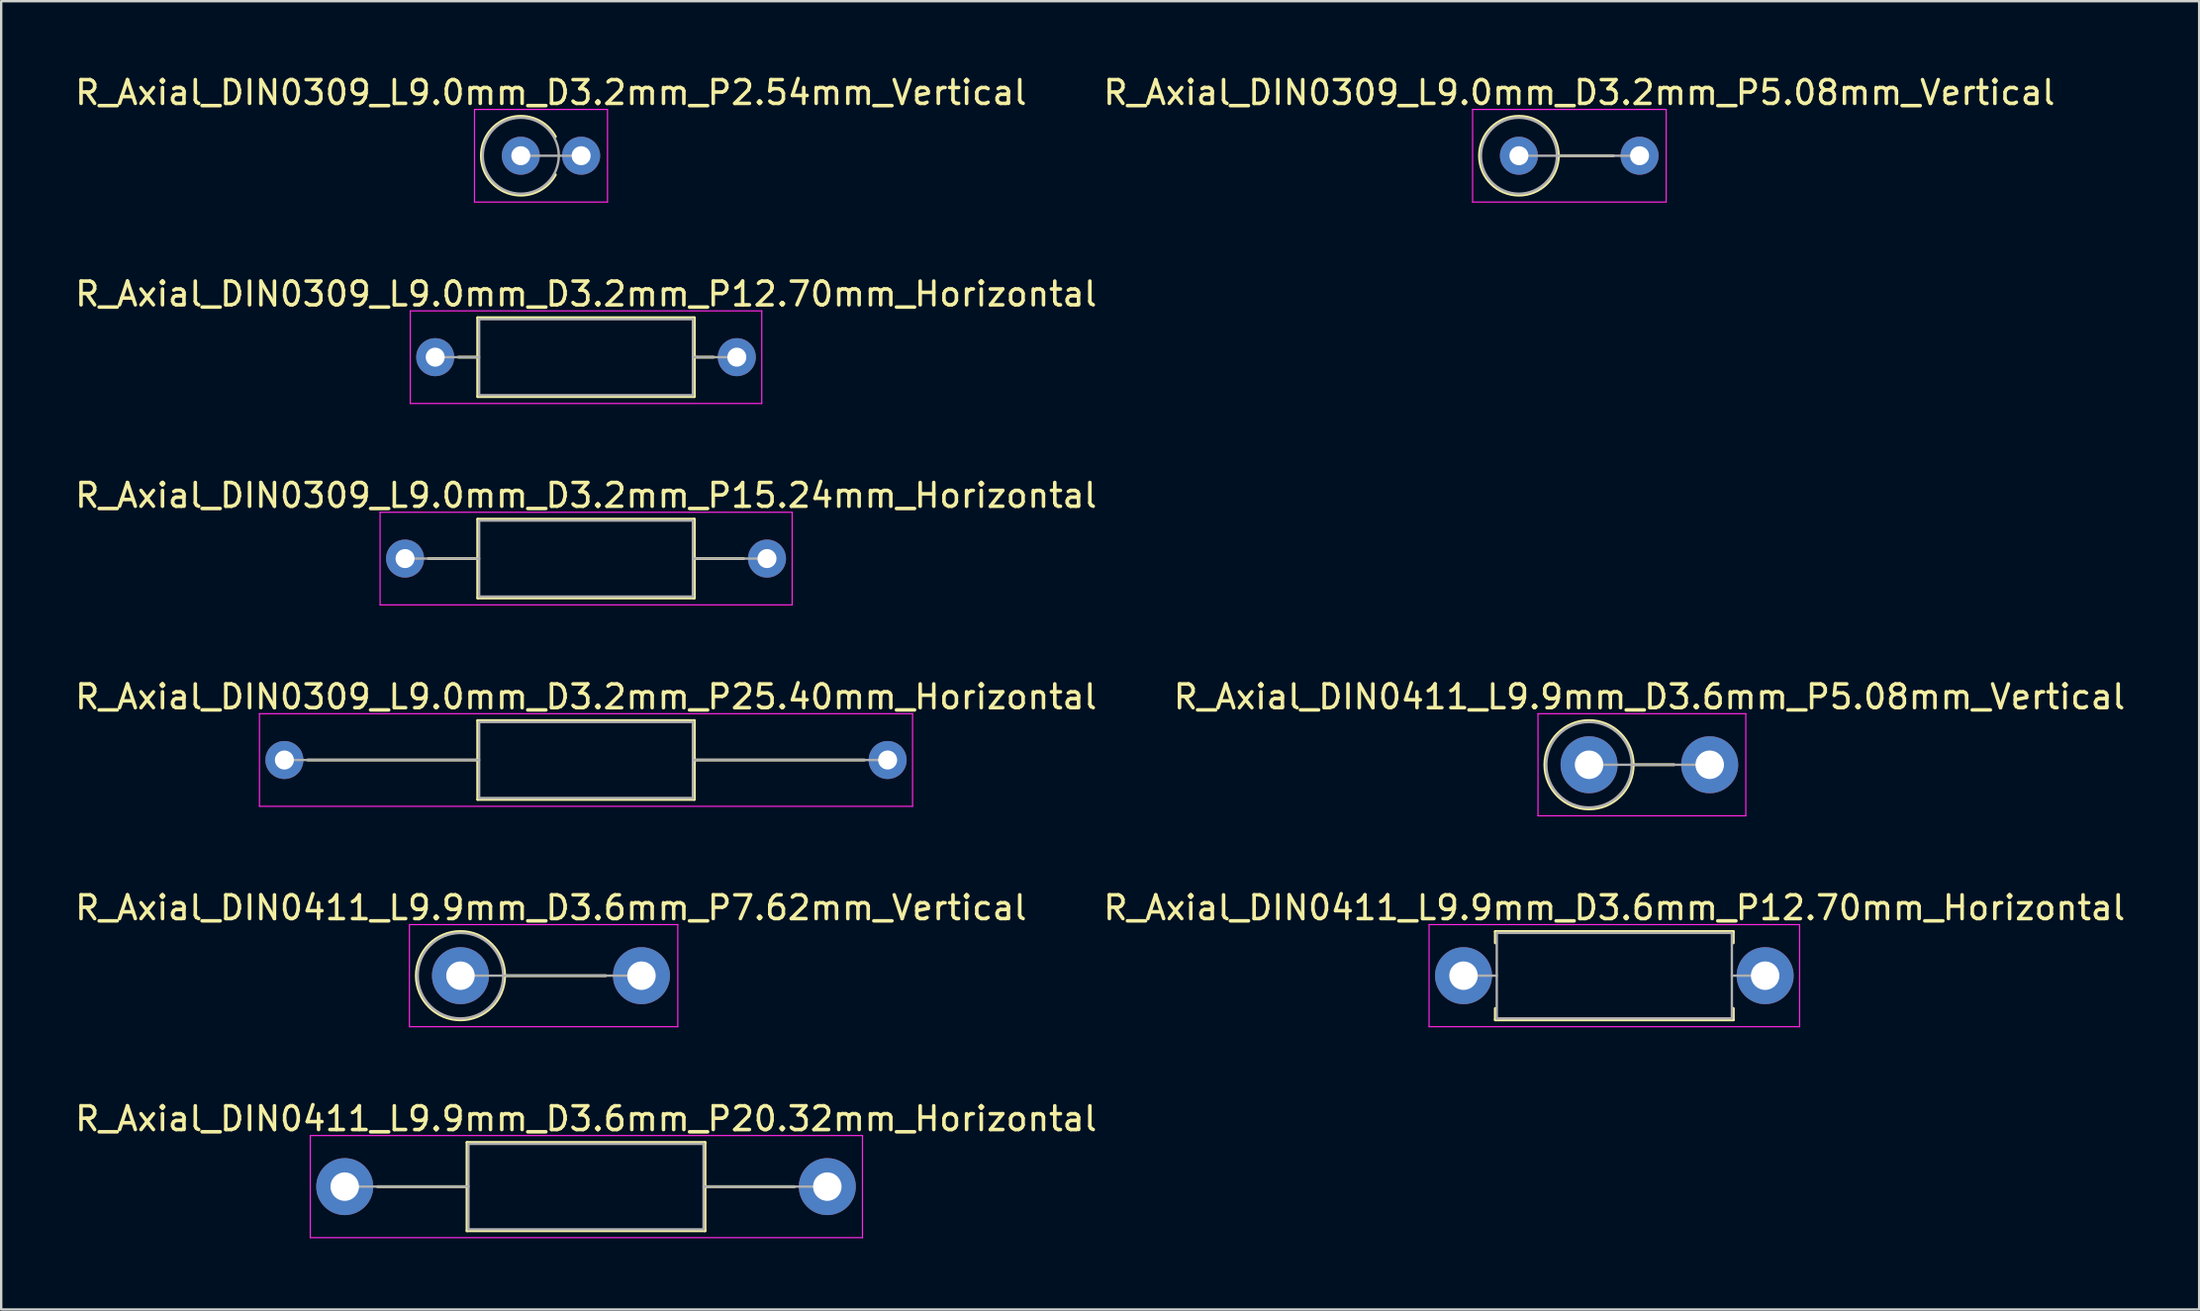
<source format=kicad_pcb>
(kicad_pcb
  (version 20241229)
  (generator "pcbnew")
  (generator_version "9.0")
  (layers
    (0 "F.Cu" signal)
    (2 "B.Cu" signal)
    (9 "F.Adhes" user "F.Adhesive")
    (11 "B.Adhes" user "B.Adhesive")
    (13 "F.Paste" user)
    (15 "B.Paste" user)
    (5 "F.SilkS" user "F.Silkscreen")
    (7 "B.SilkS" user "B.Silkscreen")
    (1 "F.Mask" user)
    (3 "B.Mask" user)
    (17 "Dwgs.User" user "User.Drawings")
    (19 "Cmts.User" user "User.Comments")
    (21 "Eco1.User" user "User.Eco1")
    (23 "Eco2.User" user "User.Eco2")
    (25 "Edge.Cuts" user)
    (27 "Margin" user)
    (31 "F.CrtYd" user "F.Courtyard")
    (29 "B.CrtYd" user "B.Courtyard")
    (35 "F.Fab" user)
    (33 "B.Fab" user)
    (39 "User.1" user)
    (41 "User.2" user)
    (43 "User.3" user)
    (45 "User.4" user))
  (footprint "R_Axial_DIN0309_L9.0mm_D3.2mm_P15.24mm_Horizontal"
    (layer "F.Cu")
    (at 14.005 20.475)
    (property "Reference" "R_Axial_DIN0309_L9.0mm_D3.2mm_P15.24mm_Horizontal" (at 7.62 -2.66 0) (layer "F.SilkS") (effects (font (size 1 1) (thickness 0.15))))
    (attr through_hole)
    (fp_line (start 0.98 0) (end 3.06 0) (stroke (width 0.12) (type solid)) (layer "F.SilkS"))
    (fp_line (start 3.06 -1.66) (end 3.06 1.66) (stroke (width 0.12) (type solid)) (layer "F.SilkS"))
    (fp_line (start 3.06 1.66) (end 12.18 1.66) (stroke (width 0.12) (type solid)) (layer "F.SilkS"))
    (fp_line (start 12.18 -1.66) (end 3.06 -1.66) (stroke (width 0.12) (type solid)) (layer "F.SilkS"))
    (fp_line (start 12.18 1.66) (end 12.18 -1.66) (stroke (width 0.12) (type solid)) (layer "F.SilkS"))
    (fp_line (start 14.26 0) (end 12.18 0) (stroke (width 0.12) (type solid)) (layer "F.SilkS"))
    (fp_line (start -1.05 -1.95) (end -1.05 1.95) (stroke (width 0.05) (type solid)) (layer "F.CrtYd"))
    (fp_line (start -1.05 1.95) (end 16.3 1.95) (stroke (width 0.05) (type solid)) (layer "F.CrtYd"))
    (fp_line (start 16.3 -1.95) (end -1.05 -1.95) (stroke (width 0.05) (type solid)) (layer "F.CrtYd"))
    (fp_line (start 16.3 1.95) (end 16.3 -1.95) (stroke (width 0.05) (type solid)) (layer "F.CrtYd"))
    (fp_line (start 0 0) (end 3.12 0) (stroke (width 0.1) (type solid)) (layer "F.Fab"))
    (fp_line (start 3.12 -1.6) (end 3.12 1.6) (stroke (width 0.1) (type solid)) (layer "F.Fab"))
    (fp_line (start 3.12 1.6) (end 12.12 1.6) (stroke (width 0.1) (type solid)) (layer "F.Fab"))
    (fp_line (start 12.12 -1.6) (end 3.12 -1.6) (stroke (width 0.1) (type solid)) (layer "F.Fab"))
    (fp_line (start 12.12 1.6) (end 12.12 -1.6) (stroke (width 0.1) (type solid)) (layer "F.Fab"))
    (fp_line (start 15.24 0) (end 12.12 0) (stroke (width 0.1) (type solid)) (layer "F.Fab"))
    (pad "1" thru_hole circle (at 0 0) (size 1.6 1.6) (drill 0.8) (layers "*.Cu" "*.Mask"))
    (pad "2" thru_hole oval (at 15.24 0) (size 1.6 1.6) (drill 0.8) (layers "*.Cu" "*.Mask")))
  (footprint "R_Axial_DIN0411_L9.9mm_D3.6mm_P12.70mm_Horizontal"
    (layer "F.Cu")
    (at 58.573 38.041)
    (property "Reference" "R_Axial_DIN0411_L9.9mm_D3.6mm_P12.70mm_Horizontal" (at 6.35 -2.86 0) (layer "F.SilkS") (effects (font (size 1 1) (thickness 0.15))))
    (attr through_hole)
    (fp_line (start 1.34 -1.86) (end 11.36 -1.86) (stroke (width 0.12) (type solid)) (layer "F.SilkS"))
    (fp_line (start 1.34 -1.38) (end 1.34 -1.86) (stroke (width 0.12) (type solid)) (layer "F.SilkS"))
    (fp_line (start 1.34 1.38) (end 1.34 1.86) (stroke (width 0.12) (type solid)) (layer "F.SilkS"))
    (fp_line (start 1.34 1.86) (end 11.36 1.86) (stroke (width 0.12) (type solid)) (layer "F.SilkS"))
    (fp_line (start 11.36 -1.86) (end 11.36 -1.38) (stroke (width 0.12) (type solid)) (layer "F.SilkS"))
    (fp_line (start 11.36 1.86) (end 11.36 1.38) (stroke (width 0.12) (type solid)) (layer "F.SilkS"))
    (fp_line (start -1.45 -2.15) (end -1.45 2.15) (stroke (width 0.05) (type solid)) (layer "F.CrtYd"))
    (fp_line (start -1.45 2.15) (end 14.15 2.15) (stroke (width 0.05) (type solid)) (layer "F.CrtYd"))
    (fp_line (start 14.15 -2.15) (end -1.45 -2.15) (stroke (width 0.05) (type solid)) (layer "F.CrtYd"))
    (fp_line (start 14.15 2.15) (end 14.15 -2.15) (stroke (width 0.05) (type solid)) (layer "F.CrtYd"))
    (fp_line (start 0 0) (end 1.4 0) (stroke (width 0.1) (type solid)) (layer "F.Fab"))
    (fp_line (start 1.4 -1.8) (end 1.4 1.8) (stroke (width 0.1) (type solid)) (layer "F.Fab"))
    (fp_line (start 1.4 1.8) (end 11.3 1.8) (stroke (width 0.1) (type solid)) (layer "F.Fab"))
    (fp_line (start 11.3 -1.8) (end 1.4 -1.8) (stroke (width 0.1) (type solid)) (layer "F.Fab"))
    (fp_line (start 11.3 1.8) (end 11.3 -1.8) (stroke (width 0.1) (type solid)) (layer "F.Fab"))
    (fp_line (start 12.7 0) (end 11.3 0) (stroke (width 0.1) (type solid)) (layer "F.Fab"))
    (pad "1" thru_hole circle (at 0 0) (size 2.4 2.4) (drill 1.2) (layers "*.Cu" "*.Mask"))
    (pad "2" thru_hole oval (at 12.7 0) (size 2.4 2.4) (drill 1.2) (layers "*.Cu" "*.Mask")))
  (footprint "R_Axial_DIN0309_L9.0mm_D3.2mm_P25.40mm_Horizontal"
    (layer "F.Cu")
    (at 8.925 28.958)
    (property "Reference" "R_Axial_DIN0309_L9.0mm_D3.2mm_P25.40mm_Horizontal" (at 12.7 -2.66 0) (layer "F.SilkS") (effects (font (size 1 1) (thickness 0.15))))
    (attr through_hole)
    (fp_line (start 0.98 0) (end 8.14 0) (stroke (width 0.12) (type solid)) (layer "F.SilkS"))
    (fp_line (start 8.14 -1.66) (end 8.14 1.66) (stroke (width 0.12) (type solid)) (layer "F.SilkS"))
    (fp_line (start 8.14 1.66) (end 17.26 1.66) (stroke (width 0.12) (type solid)) (layer "F.SilkS"))
    (fp_line (start 17.26 -1.66) (end 8.14 -1.66) (stroke (width 0.12) (type solid)) (layer "F.SilkS"))
    (fp_line (start 17.26 1.66) (end 17.26 -1.66) (stroke (width 0.12) (type solid)) (layer "F.SilkS"))
    (fp_line (start 24.42 0) (end 17.26 0) (stroke (width 0.12) (type solid)) (layer "F.SilkS"))
    (fp_line (start -1.05 -1.95) (end -1.05 1.95) (stroke (width 0.05) (type solid)) (layer "F.CrtYd"))
    (fp_line (start -1.05 1.95) (end 26.45 1.95) (stroke (width 0.05) (type solid)) (layer "F.CrtYd"))
    (fp_line (start 26.45 -1.95) (end -1.05 -1.95) (stroke (width 0.05) (type solid)) (layer "F.CrtYd"))
    (fp_line (start 26.45 1.95) (end 26.45 -1.95) (stroke (width 0.05) (type solid)) (layer "F.CrtYd"))
    (fp_line (start 0 0) (end 8.2 0) (stroke (width 0.1) (type solid)) (layer "F.Fab"))
    (fp_line (start 8.2 -1.6) (end 8.2 1.6) (stroke (width 0.1) (type solid)) (layer "F.Fab"))
    (fp_line (start 8.2 1.6) (end 17.2 1.6) (stroke (width 0.1) (type solid)) (layer "F.Fab"))
    (fp_line (start 17.2 -1.6) (end 8.2 -1.6) (stroke (width 0.1) (type solid)) (layer "F.Fab"))
    (fp_line (start 17.2 1.6) (end 17.2 -1.6) (stroke (width 0.1) (type solid)) (layer "F.Fab"))
    (fp_line (start 25.4 0) (end 17.2 0) (stroke (width 0.1) (type solid)) (layer "F.Fab"))
    (pad "1" thru_hole circle (at 0 0) (size 1.6 1.6) (drill 0.8) (layers "*.Cu" "*.Mask"))
    (pad "2" thru_hole oval (at 25.4 0) (size 1.6 1.6) (drill 0.8) (layers "*.Cu" "*.Mask")))
  (footprint "R_Axial_DIN0309_L9.0mm_D3.2mm_P5.08mm_Vertical"
    (layer "F.Cu")
    (at 60.906 3.508)
    (property "Reference" "R_Axial_DIN0309_L9.0mm_D3.2mm_P5.08mm_Vertical" (at 2.54 -2.66 0) (layer "F.SilkS") (effects (font (size 1 1) (thickness 0.15))))
    (attr through_hole)
    (fp_line (start 1.66 0) (end 3.98 0) (stroke (width 0.12) (type solid)) (layer "F.SilkS"))
    (fp_circle (center 0 0) (end 1.66 0) (stroke (width 0.12) (type solid)) (fill no) (layer "F.SilkS"))
    (fp_line (start -1.95 -1.95) (end -1.95 1.95) (stroke (width 0.05) (type solid)) (layer "F.CrtYd"))
    (fp_line (start -1.95 1.95) (end 6.2 1.95) (stroke (width 0.05) (type solid)) (layer "F.CrtYd"))
    (fp_line (start 6.2 -1.95) (end -1.95 -1.95) (stroke (width 0.05) (type solid)) (layer "F.CrtYd"))
    (fp_line (start 6.2 1.95) (end 6.2 -1.95) (stroke (width 0.05) (type solid)) (layer "F.CrtYd"))
    (fp_line (start 0 0) (end 5.08 0) (stroke (width 0.1) (type solid)) (layer "F.Fab"))
    (fp_circle (center 0 0) (end 1.6 0) (stroke (width 0.1) (type solid)) (fill no) (layer "F.Fab"))
    (pad "1" thru_hole circle (at 0 0) (size 1.6 1.6) (drill 0.8) (layers "*.Cu" "*.Mask"))
    (pad "2" thru_hole oval (at 5.08 0) (size 1.6 1.6) (drill 0.8) (layers "*.Cu" "*.Mask")))
  (footprint "R_Axial_DIN0411_L9.9mm_D3.6mm_P5.08mm_Vertical"
    (layer "F.Cu")
    (at 63.859 29.158)
    (property "Reference" "R_Axial_DIN0411_L9.9mm_D3.6mm_P5.08mm_Vertical" (at 2.54 -2.86 0) (layer "F.SilkS") (effects (font (size 1 1) (thickness 0.15))))
    (attr through_hole)
    (fp_line (start 1.86 0) (end 3.58 0) (stroke (width 0.12) (type solid)) (layer "F.SilkS"))
    (fp_circle (center 0 0) (end 1.86 0) (stroke (width 0.12) (type solid)) (fill no) (layer "F.SilkS"))
    (fp_line (start -2.15 -2.15) (end -2.15 2.15) (stroke (width 0.05) (type solid)) (layer "F.CrtYd"))
    (fp_line (start -2.15 2.15) (end 6.6 2.15) (stroke (width 0.05) (type solid)) (layer "F.CrtYd"))
    (fp_line (start 6.6 -2.15) (end -2.15 -2.15) (stroke (width 0.05) (type solid)) (layer "F.CrtYd"))
    (fp_line (start 6.6 2.15) (end 6.6 -2.15) (stroke (width 0.05) (type solid)) (layer "F.CrtYd"))
    (fp_line (start 0 0) (end 5.08 0) (stroke (width 0.1) (type solid)) (layer "F.Fab"))
    (fp_circle (center 0 0) (end 1.8 0) (stroke (width 0.1) (type solid)) (fill no) (layer "F.Fab"))
    (pad "1" thru_hole circle (at 0 0) (size 2.4 2.4) (drill 1.2) (layers "*.Cu" "*.Mask"))
    (pad "2" thru_hole oval (at 5.08 0) (size 2.4 2.4) (drill 1.2) (layers "*.Cu" "*.Mask")))
  (footprint "R_Axial_DIN0309_L9.0mm_D3.2mm_P12.70mm_Horizontal"
    (layer "F.Cu")
    (at 15.275 11.992)
    (property "Reference" "R_Axial_DIN0309_L9.0mm_D3.2mm_P12.70mm_Horizontal" (at 6.35 -2.66 0) (layer "F.SilkS") (effects (font (size 1 1) (thickness 0.15))))
    (attr through_hole)
    (fp_line (start 0.98 0) (end 1.79 0) (stroke (width 0.12) (type solid)) (layer "F.SilkS"))
    (fp_line (start 1.79 -1.66) (end 1.79 1.66) (stroke (width 0.12) (type solid)) (layer "F.SilkS"))
    (fp_line (start 1.79 1.66) (end 10.91 1.66) (stroke (width 0.12) (type solid)) (layer "F.SilkS"))
    (fp_line (start 10.91 -1.66) (end 1.79 -1.66) (stroke (width 0.12) (type solid)) (layer "F.SilkS"))
    (fp_line (start 10.91 1.66) (end 10.91 -1.66) (stroke (width 0.12) (type solid)) (layer "F.SilkS"))
    (fp_line (start 11.72 0) (end 10.91 0) (stroke (width 0.12) (type solid)) (layer "F.SilkS"))
    (fp_line (start -1.05 -1.95) (end -1.05 1.95) (stroke (width 0.05) (type solid)) (layer "F.CrtYd"))
    (fp_line (start -1.05 1.95) (end 13.75 1.95) (stroke (width 0.05) (type solid)) (layer "F.CrtYd"))
    (fp_line (start 13.75 -1.95) (end -1.05 -1.95) (stroke (width 0.05) (type solid)) (layer "F.CrtYd"))
    (fp_line (start 13.75 1.95) (end 13.75 -1.95) (stroke (width 0.05) (type solid)) (layer "F.CrtYd"))
    (fp_line (start 0 0) (end 1.85 0) (stroke (width 0.1) (type solid)) (layer "F.Fab"))
    (fp_line (start 1.85 -1.6) (end 1.85 1.6) (stroke (width 0.1) (type solid)) (layer "F.Fab"))
    (fp_line (start 1.85 1.6) (end 10.85 1.6) (stroke (width 0.1) (type solid)) (layer "F.Fab"))
    (fp_line (start 10.85 -1.6) (end 1.85 -1.6) (stroke (width 0.1) (type solid)) (layer "F.Fab"))
    (fp_line (start 10.85 1.6) (end 10.85 -1.6) (stroke (width 0.1) (type solid)) (layer "F.Fab"))
    (fp_line (start 12.7 0) (end 10.85 0) (stroke (width 0.1) (type solid)) (layer "F.Fab"))
    (pad "1" thru_hole circle (at 0 0) (size 1.6 1.6) (drill 0.8) (layers "*.Cu" "*.Mask"))
    (pad "2" thru_hole oval (at 12.7 0) (size 1.6 1.6) (drill 0.8) (layers "*.Cu" "*.Mask")))
  (footprint "R_Axial_DIN0309_L9.0mm_D3.2mm_P2.54mm_Vertical"
    (layer "F.Cu")
    (at 18.879 3.508)
    (property "Reference" "R_Axial_DIN0309_L9.0mm_D3.2mm_P2.54mm_Vertical" (at 1.27 -2.66 0) (layer "F.SilkS") (effects (font (size 1 1) (thickness 0.15))))
    (attr through_hole)
    (fp_arc (start 1.454828 0.799422) (mid -1.66 0.00033) (end 1.45451 -0.8) (stroke (width 0.12) (type solid)) (layer "F.SilkS"))
    (fp_line (start -1.95 -1.95) (end -1.95 1.95) (stroke (width 0.05) (type solid)) (layer "F.CrtYd"))
    (fp_line (start -1.95 1.95) (end 3.65 1.95) (stroke (width 0.05) (type solid)) (layer "F.CrtYd"))
    (fp_line (start 3.65 -1.95) (end -1.95 -1.95) (stroke (width 0.05) (type solid)) (layer "F.CrtYd"))
    (fp_line (start 3.65 1.95) (end 3.65 -1.95) (stroke (width 0.05) (type solid)) (layer "F.CrtYd"))
    (fp_line (start 0 0) (end 2.54 0) (stroke (width 0.1) (type solid)) (layer "F.Fab"))
    (fp_circle (center 0 0) (end 1.6 0) (stroke (width 0.1) (type solid)) (fill no) (layer "F.Fab"))
    (pad "1" thru_hole circle (at 0 0) (size 1.6 1.6) (drill 0.8) (layers "*.Cu" "*.Mask"))
    (pad "2" thru_hole oval (at 2.54 0) (size 1.6 1.6) (drill 0.8) (layers "*.Cu" "*.Mask")))
  (footprint "R_Axial_DIN0411_L9.9mm_D3.6mm_P20.32mm_Horizontal"
    (layer "F.Cu")
    (at 11.465 46.925)
    (property "Reference" "R_Axial_DIN0411_L9.9mm_D3.6mm_P20.32mm_Horizontal" (at 10.16 -2.86 0) (layer "F.SilkS") (effects (font (size 1 1) (thickness 0.15))))
    (attr through_hole)
    (fp_line (start 1.38 0) (end 5.15 0) (stroke (width 0.12) (type solid)) (layer "F.SilkS"))
    (fp_line (start 5.15 -1.86) (end 5.15 1.86) (stroke (width 0.12) (type solid)) (layer "F.SilkS"))
    (fp_line (start 5.15 1.86) (end 15.17 1.86) (stroke (width 0.12) (type solid)) (layer "F.SilkS"))
    (fp_line (start 15.17 -1.86) (end 5.15 -1.86) (stroke (width 0.12) (type solid)) (layer "F.SilkS"))
    (fp_line (start 15.17 1.86) (end 15.17 -1.86) (stroke (width 0.12) (type solid)) (layer "F.SilkS"))
    (fp_line (start 18.94 0) (end 15.17 0) (stroke (width 0.12) (type solid)) (layer "F.SilkS"))
    (fp_line (start -1.45 -2.15) (end -1.45 2.15) (stroke (width 0.05) (type solid)) (layer "F.CrtYd"))
    (fp_line (start -1.45 2.15) (end 21.8 2.15) (stroke (width 0.05) (type solid)) (layer "F.CrtYd"))
    (fp_line (start 21.8 -2.15) (end -1.45 -2.15) (stroke (width 0.05) (type solid)) (layer "F.CrtYd"))
    (fp_line (start 21.8 2.15) (end 21.8 -2.15) (stroke (width 0.05) (type solid)) (layer "F.CrtYd"))
    (fp_line (start 0 0) (end 5.21 0) (stroke (width 0.1) (type solid)) (layer "F.Fab"))
    (fp_line (start 5.21 -1.8) (end 5.21 1.8) (stroke (width 0.1) (type solid)) (layer "F.Fab"))
    (fp_line (start 5.21 1.8) (end 15.11 1.8) (stroke (width 0.1) (type solid)) (layer "F.Fab"))
    (fp_line (start 15.11 -1.8) (end 5.21 -1.8) (stroke (width 0.1) (type solid)) (layer "F.Fab"))
    (fp_line (start 15.11 1.8) (end 15.11 -1.8) (stroke (width 0.1) (type solid)) (layer "F.Fab"))
    (fp_line (start 20.32 0) (end 15.11 0) (stroke (width 0.1) (type solid)) (layer "F.Fab"))
    (pad "1" thru_hole circle (at 0 0) (size 2.4 2.4) (drill 1.2) (layers "*.Cu" "*.Mask"))
    (pad "2" thru_hole oval (at 20.32 0) (size 2.4 2.4) (drill 1.2) (layers "*.Cu" "*.Mask")))
  (footprint "R_Axial_DIN0411_L9.9mm_D3.6mm_P7.62mm_Vertical"
    (layer "F.Cu")
    (at 16.339 38.041)
    (property "Reference" "R_Axial_DIN0411_L9.9mm_D3.6mm_P7.62mm_Vertical" (at 3.81 -2.86 0) (layer "F.SilkS") (effects (font (size 1 1) (thickness 0.15))))
    (attr through_hole)
    (fp_line (start 1.86 0) (end 6.12 0) (stroke (width 0.12) (type solid)) (layer "F.SilkS"))
    (fp_circle (center 0 0) (end 1.86 0) (stroke (width 0.12) (type solid)) (fill no) (layer "F.SilkS"))
    (fp_line (start -2.15 -2.15) (end -2.15 2.15) (stroke (width 0.05) (type solid)) (layer "F.CrtYd"))
    (fp_line (start -2.15 2.15) (end 9.15 2.15) (stroke (width 0.05) (type solid)) (layer "F.CrtYd"))
    (fp_line (start 9.15 -2.15) (end -2.15 -2.15) (stroke (width 0.05) (type solid)) (layer "F.CrtYd"))
    (fp_line (start 9.15 2.15) (end 9.15 -2.15) (stroke (width 0.05) (type solid)) (layer "F.CrtYd"))
    (fp_line (start 0 0) (end 7.62 0) (stroke (width 0.1) (type solid)) (layer "F.Fab"))
    (fp_circle (center 0 0) (end 1.8 0) (stroke (width 0.1) (type solid)) (fill no) (layer "F.Fab"))
    (pad "1" thru_hole circle (at 0 0) (size 2.4 2.4) (drill 1.2) (layers "*.Cu" "*.Mask"))
    (pad "2" thru_hole oval (at 7.62 0) (size 2.4 2.4) (drill 1.2) (layers "*.Cu" "*.Mask")))
  (gr_rect
    (start -3 -3)
    (end 89.548 52.099)
    (stroke (width 0.1) (type default))
    (fill no)
    (layer "Edge.Cuts")))
</source>
